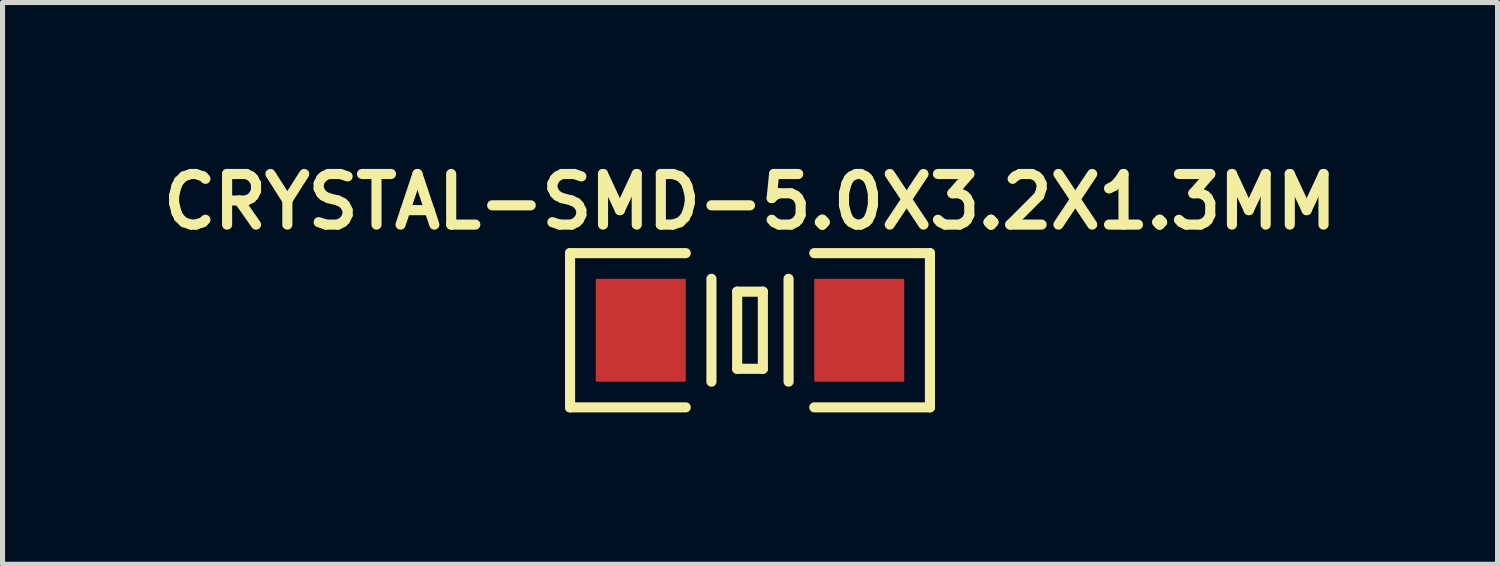
<source format=kicad_pcb>
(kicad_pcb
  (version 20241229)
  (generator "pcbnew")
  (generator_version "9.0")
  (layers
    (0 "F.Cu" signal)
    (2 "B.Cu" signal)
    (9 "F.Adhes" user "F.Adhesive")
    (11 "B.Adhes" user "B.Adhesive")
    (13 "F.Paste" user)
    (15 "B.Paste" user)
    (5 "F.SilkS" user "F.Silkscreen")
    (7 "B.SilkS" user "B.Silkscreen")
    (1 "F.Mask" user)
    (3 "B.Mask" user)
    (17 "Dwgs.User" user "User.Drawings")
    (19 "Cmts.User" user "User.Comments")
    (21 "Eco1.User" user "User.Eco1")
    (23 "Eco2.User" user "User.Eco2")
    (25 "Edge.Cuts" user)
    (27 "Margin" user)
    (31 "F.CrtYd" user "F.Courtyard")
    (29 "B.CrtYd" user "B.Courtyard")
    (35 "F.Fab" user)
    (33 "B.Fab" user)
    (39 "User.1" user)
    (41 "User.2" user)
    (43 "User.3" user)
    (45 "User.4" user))
  (footprint "CRYSTAL-SMD-5.0X3.2X1.3MM"
    (layer "F.Cu")
    (at 11.771 3.476)
    (property "Reference" "CRYSTAL-SMD-5.0X3.2X1.3MM" (at 0 -2.54 0) (layer "F.SilkS") (effects (font (size 1 1) (thickness 0.2))))
    (attr smd)
    (fp_line (start -3.556 -1.524) (end -3.556 1.524) (stroke (width 0.2) (type solid)) (layer "F.SilkS"))
    (fp_line (start -3.556 1.524) (end -1.27 1.524) (stroke (width 0.2) (type solid)) (layer "F.SilkS"))
    (fp_line (start -1.27 -1.524) (end -3.556 -1.524) (stroke (width 0.2) (type solid)) (layer "F.SilkS"))
    (fp_line (start -0.762 -1.016) (end -0.762 1.016) (stroke (width 0.2) (type solid)) (layer "F.SilkS"))
    (fp_line (start -0.254 -0.762) (end 0.254 -0.762) (stroke (width 0.2) (type solid)) (layer "F.SilkS"))
    (fp_line (start -0.254 0.762) (end -0.254 -0.762) (stroke (width 0.2) (type solid)) (layer "F.SilkS"))
    (fp_line (start 0.254 -0.762) (end 0.254 0.762) (stroke (width 0.2) (type solid)) (layer "F.SilkS"))
    (fp_line (start 0.254 0.762) (end -0.254 0.762) (stroke (width 0.2) (type solid)) (layer "F.SilkS"))
    (fp_line (start 0.762 -1.016) (end 0.762 1.016) (stroke (width 0.2) (type solid)) (layer "F.SilkS"))
    (fp_line (start 1.27 -1.524) (end 3.302 -1.524) (stroke (width 0.2) (type solid)) (layer "F.SilkS"))
    (fp_line (start 1.27 1.524) (end 3.556 1.524) (stroke (width 0.2) (type solid)) (layer "F.SilkS"))
    (fp_line (start 3.302 -1.524) (end 3.556 -1.524) (stroke (width 0.2) (type solid)) (layer "F.SilkS"))
    (fp_line (start 3.556 -1.524) (end 3.556 1.524) (stroke (width 0.2) (type solid)) (layer "F.SilkS"))
    (pad "1" smd rect (at -2.159 0) (size 1.778 2.032) (layers "F.Cu" "F.Mask" "F.Paste"))
    (pad "2" smd rect (at 2.159 0) (size 1.778 2.032) (layers "F.Cu" "F.Mask" "F.Paste")))
  (gr_rect
    (start -3 -3)
    (end 26.543 8.1)
    (stroke (width 0.1) (type default))
    (fill no)
    (layer "Edge.Cuts")))
</source>
